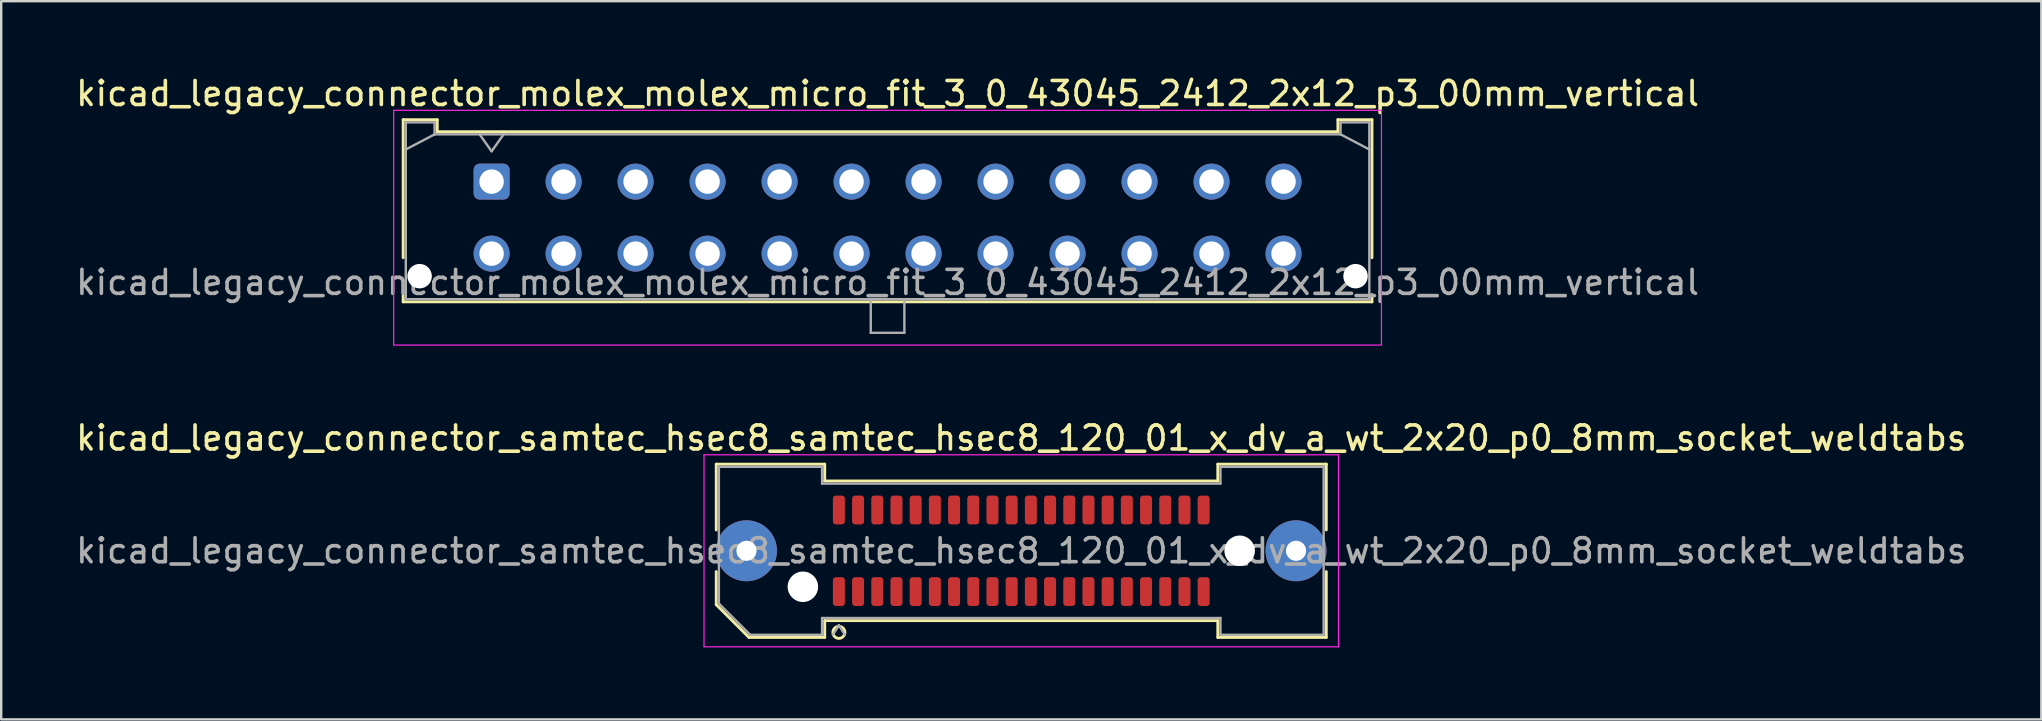
<source format=kicad_pcb>
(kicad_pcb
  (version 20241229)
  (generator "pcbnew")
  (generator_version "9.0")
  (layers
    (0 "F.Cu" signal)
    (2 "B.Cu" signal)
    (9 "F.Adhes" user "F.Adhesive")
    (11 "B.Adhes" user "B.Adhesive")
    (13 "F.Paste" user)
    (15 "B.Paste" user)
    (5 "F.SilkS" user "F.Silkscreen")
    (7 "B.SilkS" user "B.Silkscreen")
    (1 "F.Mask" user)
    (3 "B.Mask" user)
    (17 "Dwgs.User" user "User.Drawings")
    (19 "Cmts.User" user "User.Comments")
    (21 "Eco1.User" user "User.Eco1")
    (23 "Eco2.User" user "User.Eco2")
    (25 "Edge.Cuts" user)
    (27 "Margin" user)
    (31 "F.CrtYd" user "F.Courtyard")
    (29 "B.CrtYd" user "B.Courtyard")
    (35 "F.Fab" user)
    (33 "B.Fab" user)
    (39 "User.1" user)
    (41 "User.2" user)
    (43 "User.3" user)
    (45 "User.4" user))
  (footprint "kicad_legacy_connector_molex_molex_micro_fit_3_0_43045_2412_2x12_p3_00mm_vertical"
    (layer "F.Cu")
    (at 17.435 4.518)
    (property "Reference" "kicad_legacy_connector_molex_molex_micro_fit_3_0_43045_2412_2x12_p3_00mm_vertical" (at 16.5 -3.67 0) (layer "F.SilkS") (effects (font (size 1 1) (thickness 0.15))))
    (attr through_hole)
    (fp_line (start -3.685 -2.58) (end -2.265 -2.58) (stroke (width 0.12) (type solid)) (layer "F.SilkS"))
    (fp_line (start -3.685 3.17) (end -3.685 -2.58) (stroke (width 0.12) (type solid)) (layer "F.SilkS"))
    (fp_line (start -3.685 4.71) (end -3.685 5.01) (stroke (width 0.12) (type solid)) (layer "F.SilkS"))
    (fp_line (start -3.685 5.01) (end 36.685 5.01) (stroke (width 0.12) (type solid)) (layer "F.SilkS"))
    (fp_line (start -2.265 -2.58) (end -2.265 -2.08) (stroke (width 0.12) (type solid)) (layer "F.SilkS"))
    (fp_line (start -2.265 -2.08) (end 35.265 -2.08) (stroke (width 0.12) (type solid)) (layer "F.SilkS"))
    (fp_line (start 35.265 -2.58) (end 36.685 -2.58) (stroke (width 0.12) (type solid)) (layer "F.SilkS"))
    (fp_line (start 35.265 -2.08) (end 35.265 -2.58) (stroke (width 0.12) (type solid)) (layer "F.SilkS"))
    (fp_line (start 36.685 -2.58) (end 36.685 3.17) (stroke (width 0.12) (type solid)) (layer "F.SilkS"))
    (fp_line (start 36.685 5.01) (end 36.685 4.71) (stroke (width 0.12) (type solid)) (layer "F.SilkS"))
    (fp_line (start -4.08 -2.97) (end 37.08 -2.97) (stroke (width 0.05) (type solid)) (layer "F.CrtYd"))
    (fp_line (start -4.08 6.81) (end -4.08 -2.97) (stroke (width 0.05) (type solid)) (layer "F.CrtYd"))
    (fp_line (start 37.08 -2.97) (end 37.08 6.81) (stroke (width 0.05) (type solid)) (layer "F.CrtYd"))
    (fp_line (start 37.08 6.81) (end -4.08 6.81) (stroke (width 0.05) (type solid)) (layer "F.CrtYd"))
    (fp_line (start -3.575 -2.47) (end -3.575 4.9) (stroke (width 0.1) (type solid)) (layer "F.Fab"))
    (fp_line (start -3.575 -1.34) (end -2.375 -1.97) (stroke (width 0.1) (type solid)) (layer "F.Fab"))
    (fp_line (start -3.575 4.9) (end 36.575 4.9) (stroke (width 0.1) (type solid)) (layer "F.Fab"))
    (fp_line (start -2.375 -2.47) (end -3.575 -2.47) (stroke (width 0.1) (type solid)) (layer "F.Fab"))
    (fp_line (start -2.375 -1.97) (end -2.375 -2.47) (stroke (width 0.1) (type solid)) (layer "F.Fab"))
    (fp_line (start -0.5 -1.97) (end 0 -1.263) (stroke (width 0.1) (type solid)) (layer "F.Fab"))
    (fp_line (start 0 -1.263) (end 0.5 -1.97) (stroke (width 0.1) (type solid)) (layer "F.Fab"))
    (fp_line (start 15.8 4.9) (end 15.8 6.3) (stroke (width 0.1) (type solid)) (layer "F.Fab"))
    (fp_line (start 15.8 6.3) (end 17.2 6.3) (stroke (width 0.1) (type solid)) (layer "F.Fab"))
    (fp_line (start 17.2 6.3) (end 17.2 4.9) (stroke (width 0.1) (type solid)) (layer "F.Fab"))
    (fp_line (start 35.375 -2.47) (end 35.375 -1.97) (stroke (width 0.1) (type solid)) (layer "F.Fab"))
    (fp_line (start 35.375 -1.97) (end -2.375 -1.97) (stroke (width 0.1) (type solid)) (layer "F.Fab"))
    (fp_line (start 36.575 -2.47) (end 35.375 -2.47) (stroke (width 0.1) (type solid)) (layer "F.Fab"))
    (fp_line (start 36.575 -1.34) (end 35.375 -1.97) (stroke (width 0.1) (type solid)) (layer "F.Fab"))
    (fp_line (start 36.575 4.9) (end 36.575 -2.47) (stroke (width 0.1) (type solid)) (layer "F.Fab"))
    (fp_text user "${REFERENCE}" (at 16.5 4.2 0) (layer "F.Fab") (effects (font (size 1 1) (thickness 0.15))))
    (pad "" np_thru_hole circle (at -3 3.94) (size 1.02 1.02) (drill 1.02) (layers "*.Cu" "*.Mask"))
    (pad "" np_thru_hole circle (at 36 3.94) (size 1.02 1.02) (drill 1.02) (layers "*.Cu" "*.Mask"))
    (pad "1" thru_hole roundrect (at 0 0) (size 1.5 1.5) (drill 1.02) (layers "*.Cu" "*.Mask") (roundrect_rratio 0.167))
    (pad "2" thru_hole circle (at 3 0) (size 1.5 1.5) (drill 1.02) (layers "*.Cu" "*.Mask"))
    (pad "3" thru_hole circle (at 6 0) (size 1.5 1.5) (drill 1.02) (layers "*.Cu" "*.Mask"))
    (pad "4" thru_hole circle (at 9 0) (size 1.5 1.5) (drill 1.02) (layers "*.Cu" "*.Mask"))
    (pad "5" thru_hole circle (at 12 0) (size 1.5 1.5) (drill 1.02) (layers "*.Cu" "*.Mask"))
    (pad "6" thru_hole circle (at 15 0) (size 1.5 1.5) (drill 1.02) (layers "*.Cu" "*.Mask"))
    (pad "7" thru_hole circle (at 18 0) (size 1.5 1.5) (drill 1.02) (layers "*.Cu" "*.Mask"))
    (pad "8" thru_hole circle (at 21 0) (size 1.5 1.5) (drill 1.02) (layers "*.Cu" "*.Mask"))
    (pad "9" thru_hole circle (at 24 0) (size 1.5 1.5) (drill 1.02) (layers "*.Cu" "*.Mask"))
    (pad "10" thru_hole circle (at 27 0) (size 1.5 1.5) (drill 1.02) (layers "*.Cu" "*.Mask"))
    (pad "11" thru_hole circle (at 30 0) (size 1.5 1.5) (drill 1.02) (layers "*.Cu" "*.Mask"))
    (pad "12" thru_hole circle (at 33 0) (size 1.5 1.5) (drill 1.02) (layers "*.Cu" "*.Mask"))
    (pad "13" thru_hole circle (at 0 3) (size 1.5 1.5) (drill 1.02) (layers "*.Cu" "*.Mask"))
    (pad "14" thru_hole circle (at 3 3) (size 1.5 1.5) (drill 1.02) (layers "*.Cu" "*.Mask"))
    (pad "15" thru_hole circle (at 6 3) (size 1.5 1.5) (drill 1.02) (layers "*.Cu" "*.Mask"))
    (pad "16" thru_hole circle (at 9 3) (size 1.5 1.5) (drill 1.02) (layers "*.Cu" "*.Mask"))
    (pad "17" thru_hole circle (at 12 3) (size 1.5 1.5) (drill 1.02) (layers "*.Cu" "*.Mask"))
    (pad "18" thru_hole circle (at 15 3) (size 1.5 1.5) (drill 1.02) (layers "*.Cu" "*.Mask"))
    (pad "19" thru_hole circle (at 18 3) (size 1.5 1.5) (drill 1.02) (layers "*.Cu" "*.Mask"))
    (pad "20" thru_hole circle (at 21 3) (size 1.5 1.5) (drill 1.02) (layers "*.Cu" "*.Mask"))
    (pad "21" thru_hole circle (at 24 3) (size 1.5 1.5) (drill 1.02) (layers "*.Cu" "*.Mask"))
    (pad "22" thru_hole circle (at 27 3) (size 1.5 1.5) (drill 1.02) (layers "*.Cu" "*.Mask"))
    (pad "23" thru_hole circle (at 30 3) (size 1.5 1.5) (drill 1.02) (layers "*.Cu" "*.Mask"))
    (pad "24" thru_hole circle (at 33 3) (size 1.5 1.5) (drill 1.02) (layers "*.Cu" "*.Mask")))
  (footprint "kicad_legacy_connector_samtec_hsec8_samtec_hsec8_120_01_x_dv_a_wt_2x20_p0_8mm_socket_weldtabs"
    (layer "F.Cu")
    (at 39.506 19.901)
    (property "Reference" "kicad_legacy_connector_samtec_hsec8_samtec_hsec8_120_01_x_dv_a_wt_2x20_p0_8mm_socket_weldtabs" (at 0 -4.7 0) (layer "F.SilkS") (effects (font (size 1 1) (thickness 0.15))))
    (attr smd)
    (fp_line (start -12.71 -3.61) (end -8.19 -3.61) (stroke (width 0.12) (type solid)) (layer "F.SilkS"))
    (fp_line (start -12.71 -0.868) (end -12.71 -3.61) (stroke (width 0.12) (type solid)) (layer "F.SilkS"))
    (fp_line (start -12.71 2.246) (end -12.71 0.868) (stroke (width 0.12) (type solid)) (layer "F.SilkS"))
    (fp_line (start -11.346 3.61) (end -12.71 2.246) (stroke (width 0.12) (type solid)) (layer "F.SilkS"))
    (fp_line (start -8.19 -3.61) (end -8.19 -2.91) (stroke (width 0.12) (type solid)) (layer "F.SilkS"))
    (fp_line (start -8.19 -2.91) (end 8.19 -2.91) (stroke (width 0.12) (type solid)) (layer "F.SilkS"))
    (fp_line (start -8.19 2.91) (end -8.19 3.61) (stroke (width 0.12) (type solid)) (layer "F.SilkS"))
    (fp_line (start -8.19 3.61) (end -11.346 3.61) (stroke (width 0.12) (type solid)) (layer "F.SilkS"))
    (fp_line (start 8.19 -3.61) (end 12.71 -3.61) (stroke (width 0.12) (type solid)) (layer "F.SilkS"))
    (fp_line (start 8.19 -2.91) (end 8.19 -3.61) (stroke (width 0.12) (type solid)) (layer "F.SilkS"))
    (fp_line (start 8.19 2.91) (end -8.19 2.91) (stroke (width 0.12) (type solid)) (layer "F.SilkS"))
    (fp_line (start 8.19 3.61) (end 8.19 2.91) (stroke (width 0.12) (type solid)) (layer "F.SilkS"))
    (fp_line (start 12.71 -3.61) (end 12.71 -0.868) (stroke (width 0.12) (type solid)) (layer "F.SilkS"))
    (fp_line (start 12.71 0.868) (end 12.71 3.61) (stroke (width 0.12) (type solid)) (layer "F.SilkS"))
    (fp_line (start 12.71 3.61) (end 8.19 3.61) (stroke (width 0.12) (type solid)) (layer "F.SilkS"))
    (fp_arc (start -7.35 3.4) (mid -7.85 3.4) (end -7.35 3.4) (stroke (width 0.12) (type solid)) (layer "F.SilkS"))
    (fp_line (start -13.22 -4) (end -13.22 4) (stroke (width 0.05) (type solid)) (layer "F.CrtYd"))
    (fp_line (start -13.22 4) (end 13.22 4) (stroke (width 0.05) (type solid)) (layer "F.CrtYd"))
    (fp_line (start 13.22 -4) (end -13.22 -4) (stroke (width 0.05) (type solid)) (layer "F.CrtYd"))
    (fp_line (start 13.22 4) (end 13.22 -4) (stroke (width 0.05) (type solid)) (layer "F.CrtYd"))
    (fp_line (start -12.6 -3.5) (end -8.3 -3.5) (stroke (width 0.1) (type solid)) (layer "F.Fab"))
    (fp_line (start -12.6 2.2) (end -12.6 -3.5) (stroke (width 0.1) (type solid)) (layer "F.Fab"))
    (fp_line (start -11.3 3.5) (end -12.6 2.2) (stroke (width 0.1) (type solid)) (layer "F.Fab"))
    (fp_line (start -8.3 -3.5) (end -8.3 -2.8) (stroke (width 0.1) (type solid)) (layer "F.Fab"))
    (fp_line (start -8.3 -2.8) (end 8.3 -2.8) (stroke (width 0.1) (type solid)) (layer "F.Fab"))
    (fp_line (start -8.3 2.8) (end -8.3 3.5) (stroke (width 0.1) (type solid)) (layer "F.Fab"))
    (fp_line (start -8.3 3.5) (end -11.3 3.5) (stroke (width 0.1) (type solid)) (layer "F.Fab"))
    (fp_line (start -7.6 3.1) (end -7.85 3.5) (stroke (width 0.1) (type solid)) (layer "F.Fab"))
    (fp_line (start -7.6 3.1) (end -7.35 3.5) (stroke (width 0.1) (type solid)) (layer "F.Fab"))
    (fp_line (start 8.3 -3.5) (end 12.6 -3.5) (stroke (width 0.1) (type solid)) (layer "F.Fab"))
    (fp_line (start 8.3 -2.8) (end 8.3 -3.5) (stroke (width 0.1) (type solid)) (layer "F.Fab"))
    (fp_line (start 8.3 2.8) (end -8.3 2.8) (stroke (width 0.1) (type solid)) (layer "F.Fab"))
    (fp_line (start 8.3 3.5) (end 8.3 2.8) (stroke (width 0.1) (type solid)) (layer "F.Fab"))
    (fp_line (start 12.6 -3.5) (end 12.6 3.5) (stroke (width 0.1) (type solid)) (layer "F.Fab"))
    (fp_line (start 12.6 3.5) (end 8.3 3.5) (stroke (width 0.1) (type solid)) (layer "F.Fab"))
    (fp_text user "${REFERENCE}" (at 0 0 0) (layer "F.Fab") (effects (font (size 1 1) (thickness 0.15))))
    (pad "" thru_hole circle (at -11.45 0) (size 2.54 2.54) (drill 0.84) (layers "*.Cu" "*.Mask" "F.Paste"))
    (pad "" np_thru_hole circle (at -9.1 1.5) (size 1.27 1.27) (drill 1.27) (layers "*.Cu" "*.Mask"))
    (pad "" np_thru_hole circle (at 9.1 0) (size 1.27 1.27) (drill 1.27) (layers "*.Cu" "*.Mask"))
    (pad "" thru_hole circle (at 11.45 0) (size 2.54 2.54) (drill 0.84) (layers "*.Cu" "*.Mask" "F.Paste"))
    (pad "1" smd roundrect (at -7.6 1.7) (size 0.5 1.2) (layers "F.Cu" "F.Mask" "F.Paste") (roundrect_rratio 0.25))
    (pad "2" smd roundrect (at -7.6 -1.7) (size 0.5 1.2) (layers "F.Cu" "F.Mask" "F.Paste") (roundrect_rratio 0.25))
    (pad "3" smd roundrect (at -6.8 1.7) (size 0.5 1.2) (layers "F.Cu" "F.Mask" "F.Paste") (roundrect_rratio 0.25))
    (pad "4" smd roundrect (at -6.8 -1.7) (size 0.5 1.2) (layers "F.Cu" "F.Mask" "F.Paste") (roundrect_rratio 0.25))
    (pad "5" smd roundrect (at -6 1.7) (size 0.5 1.2) (layers "F.Cu" "F.Mask" "F.Paste") (roundrect_rratio 0.25))
    (pad "6" smd roundrect (at -6 -1.7) (size 0.5 1.2) (layers "F.Cu" "F.Mask" "F.Paste") (roundrect_rratio 0.25))
    (pad "7" smd roundrect (at -5.2 1.7) (size 0.5 1.2) (layers "F.Cu" "F.Mask" "F.Paste") (roundrect_rratio 0.25))
    (pad "8" smd roundrect (at -5.2 -1.7) (size 0.5 1.2) (layers "F.Cu" "F.Mask" "F.Paste") (roundrect_rratio 0.25))
    (pad "9" smd roundrect (at -4.4 1.7) (size 0.5 1.2) (layers "F.Cu" "F.Mask" "F.Paste") (roundrect_rratio 0.25))
    (pad "10" smd roundrect (at -4.4 -1.7) (size 0.5 1.2) (layers "F.Cu" "F.Mask" "F.Paste") (roundrect_rratio 0.25))
    (pad "11" smd roundrect (at -3.6 1.7) (size 0.5 1.2) (layers "F.Cu" "F.Mask" "F.Paste") (roundrect_rratio 0.25))
    (pad "12" smd roundrect (at -3.6 -1.7) (size 0.5 1.2) (layers "F.Cu" "F.Mask" "F.Paste") (roundrect_rratio 0.25))
    (pad "13" smd roundrect (at -2.8 1.7) (size 0.5 1.2) (layers "F.Cu" "F.Mask" "F.Paste") (roundrect_rratio 0.25))
    (pad "14" smd roundrect (at -2.8 -1.7) (size 0.5 1.2) (layers "F.Cu" "F.Mask" "F.Paste") (roundrect_rratio 0.25))
    (pad "15" smd roundrect (at -2 1.7) (size 0.5 1.2) (layers "F.Cu" "F.Mask" "F.Paste") (roundrect_rratio 0.25))
    (pad "16" smd roundrect (at -2 -1.7) (size 0.5 1.2) (layers "F.Cu" "F.Mask" "F.Paste") (roundrect_rratio 0.25))
    (pad "17" smd roundrect (at -1.2 1.7) (size 0.5 1.2) (layers "F.Cu" "F.Mask" "F.Paste") (roundrect_rratio 0.25))
    (pad "18" smd roundrect (at -1.2 -1.7) (size 0.5 1.2) (layers "F.Cu" "F.Mask" "F.Paste") (roundrect_rratio 0.25))
    (pad "19" smd roundrect (at -0.4 1.7) (size 0.5 1.2) (layers "F.Cu" "F.Mask" "F.Paste") (roundrect_rratio 0.25))
    (pad "20" smd roundrect (at -0.4 -1.7) (size 0.5 1.2) (layers "F.Cu" "F.Mask" "F.Paste") (roundrect_rratio 0.25))
    (pad "21" smd roundrect (at 0.4 1.7) (size 0.5 1.2) (layers "F.Cu" "F.Mask" "F.Paste") (roundrect_rratio 0.25))
    (pad "22" smd roundrect (at 0.4 -1.7) (size 0.5 1.2) (layers "F.Cu" "F.Mask" "F.Paste") (roundrect_rratio 0.25))
    (pad "23" smd roundrect (at 1.2 1.7) (size 0.5 1.2) (layers "F.Cu" "F.Mask" "F.Paste") (roundrect_rratio 0.25))
    (pad "24" smd roundrect (at 1.2 -1.7) (size 0.5 1.2) (layers "F.Cu" "F.Mask" "F.Paste") (roundrect_rratio 0.25))
    (pad "25" smd roundrect (at 2 1.7) (size 0.5 1.2) (layers "F.Cu" "F.Mask" "F.Paste") (roundrect_rratio 0.25))
    (pad "26" smd roundrect (at 2 -1.7) (size 0.5 1.2) (layers "F.Cu" "F.Mask" "F.Paste") (roundrect_rratio 0.25))
    (pad "27" smd roundrect (at 2.8 1.7) (size 0.5 1.2) (layers "F.Cu" "F.Mask" "F.Paste") (roundrect_rratio 0.25))
    (pad "28" smd roundrect (at 2.8 -1.7) (size 0.5 1.2) (layers "F.Cu" "F.Mask" "F.Paste") (roundrect_rratio 0.25))
    (pad "29" smd roundrect (at 3.6 1.7) (size 0.5 1.2) (layers "F.Cu" "F.Mask" "F.Paste") (roundrect_rratio 0.25))
    (pad "30" smd roundrect (at 3.6 -1.7) (size 0.5 1.2) (layers "F.Cu" "F.Mask" "F.Paste") (roundrect_rratio 0.25))
    (pad "31" smd roundrect (at 4.4 1.7) (size 0.5 1.2) (layers "F.Cu" "F.Mask" "F.Paste") (roundrect_rratio 0.25))
    (pad "32" smd roundrect (at 4.4 -1.7) (size 0.5 1.2) (layers "F.Cu" "F.Mask" "F.Paste") (roundrect_rratio 0.25))
    (pad "33" smd roundrect (at 5.2 1.7) (size 0.5 1.2) (layers "F.Cu" "F.Mask" "F.Paste") (roundrect_rratio 0.25))
    (pad "34" smd roundrect (at 5.2 -1.7) (size 0.5 1.2) (layers "F.Cu" "F.Mask" "F.Paste") (roundrect_rratio 0.25))
    (pad "35" smd roundrect (at 6 1.7) (size 0.5 1.2) (layers "F.Cu" "F.Mask" "F.Paste") (roundrect_rratio 0.25))
    (pad "36" smd roundrect (at 6 -1.7) (size 0.5 1.2) (layers "F.Cu" "F.Mask" "F.Paste") (roundrect_rratio 0.25))
    (pad "37" smd roundrect (at 6.8 1.7) (size 0.5 1.2) (layers "F.Cu" "F.Mask" "F.Paste") (roundrect_rratio 0.25))
    (pad "38" smd roundrect (at 6.8 -1.7) (size 0.5 1.2) (layers "F.Cu" "F.Mask" "F.Paste") (roundrect_rratio 0.25))
    (pad "39" smd roundrect (at 7.6 1.7) (size 0.5 1.2) (layers "F.Cu" "F.Mask" "F.Paste") (roundrect_rratio 0.25))
    (pad "40" smd roundrect (at 7.6 -1.7) (size 0.5 1.2) (layers "F.Cu" "F.Mask" "F.Paste") (roundrect_rratio 0.25)))
  (gr_rect
    (start -3 -3)
    (end 82.012 26.927)
    (stroke (width 0.1) (type default))
    (fill no)
    (layer "Edge.Cuts")))
</source>
